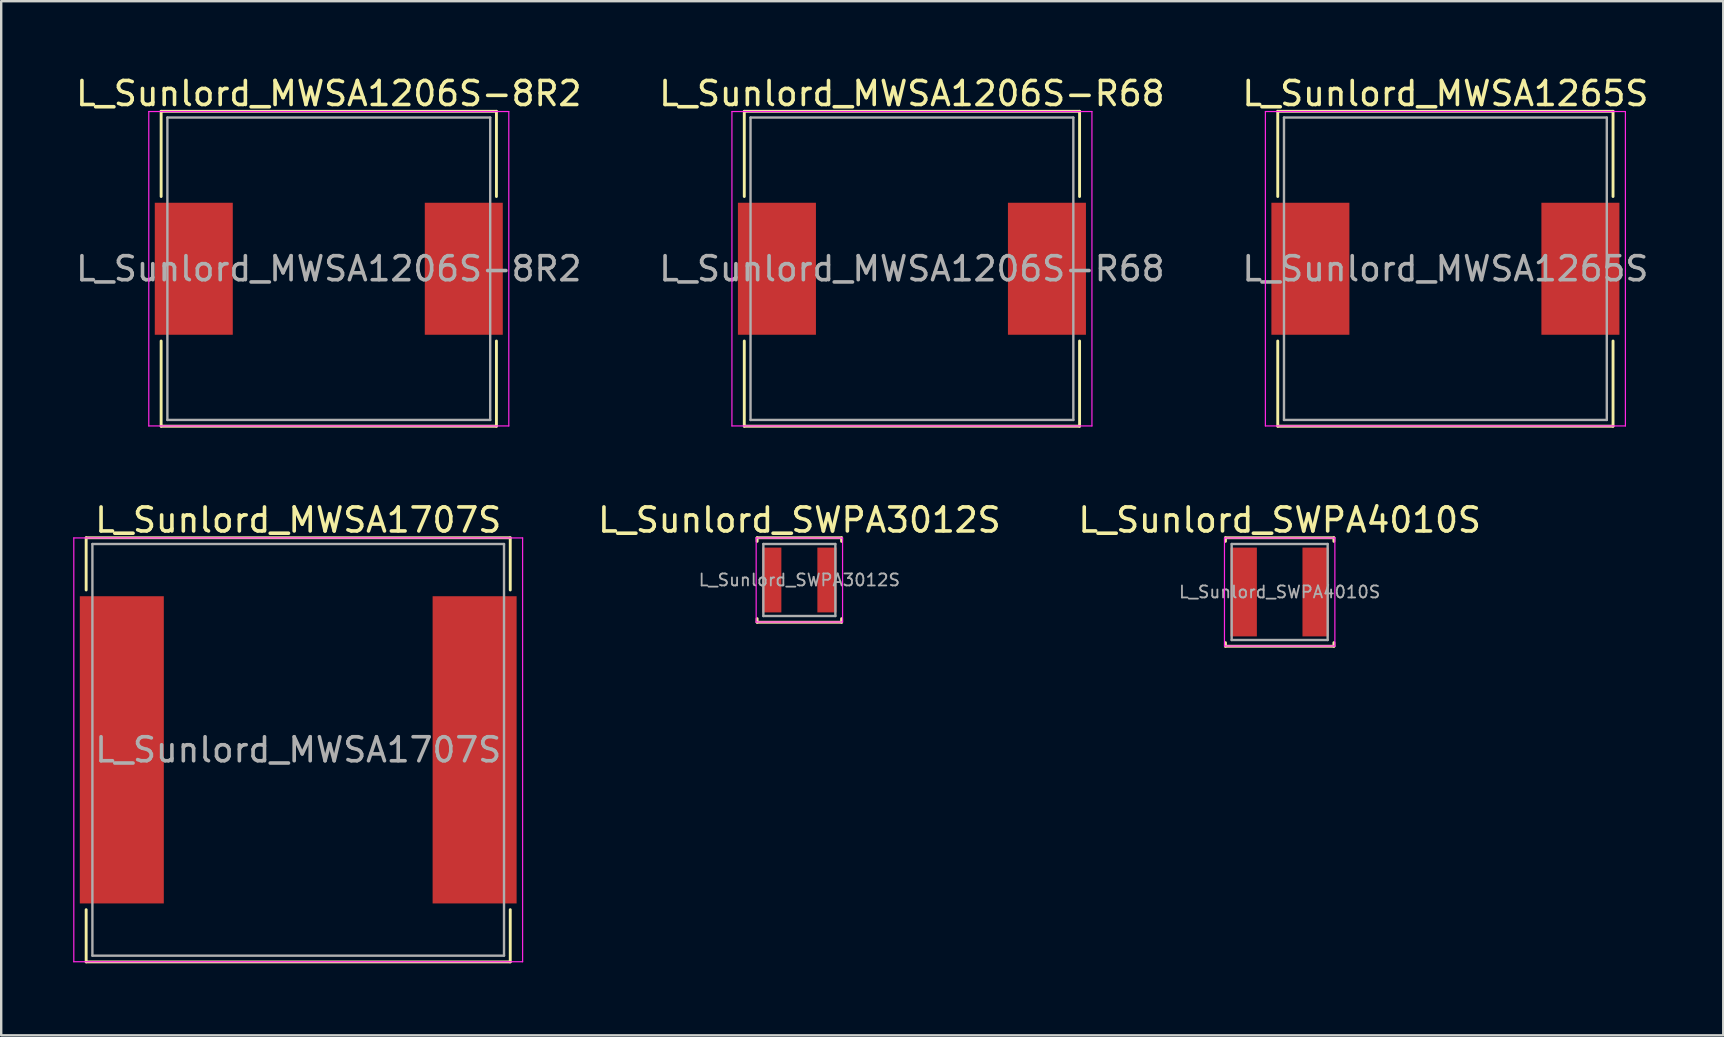
<source format=kicad_pcb>
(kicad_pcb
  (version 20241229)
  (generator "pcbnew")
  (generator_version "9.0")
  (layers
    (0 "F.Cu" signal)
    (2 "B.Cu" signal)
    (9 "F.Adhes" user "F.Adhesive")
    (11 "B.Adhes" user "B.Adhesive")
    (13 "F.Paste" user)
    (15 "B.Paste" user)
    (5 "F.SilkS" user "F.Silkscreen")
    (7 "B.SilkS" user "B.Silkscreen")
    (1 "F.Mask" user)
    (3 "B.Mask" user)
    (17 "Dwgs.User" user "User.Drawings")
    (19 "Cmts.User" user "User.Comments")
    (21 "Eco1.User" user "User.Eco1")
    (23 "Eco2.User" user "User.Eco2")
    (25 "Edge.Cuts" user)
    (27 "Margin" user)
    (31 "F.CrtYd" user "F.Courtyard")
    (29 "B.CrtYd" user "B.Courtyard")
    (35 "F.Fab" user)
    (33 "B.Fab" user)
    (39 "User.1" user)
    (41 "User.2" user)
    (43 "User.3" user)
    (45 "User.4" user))
  (footprint "L_Sunlord_MWSA1206S-R68"
    (layer "F.Cu")
    (at 34.946 8.148)
    (property "Reference" "L_Sunlord_MWSA1206S-R68" (at 0 -7.3 0) (layer "F.SilkS") (effects (font (size 1 1) (thickness 0.15))))
    (attr smd)
    (fp_line (start -6.985 -6.56) (end -6.985 -3.01) (stroke (width 0.12) (type solid)) (layer "F.SilkS"))
    (fp_line (start -6.985 -6.56) (end 6.985 -6.56) (stroke (width 0.12) (type solid)) (layer "F.SilkS"))
    (fp_line (start -6.985 6.56) (end -6.985 3.01) (stroke (width 0.12) (type solid)) (layer "F.SilkS"))
    (fp_line (start -6.985 6.56) (end 6.985 6.56) (stroke (width 0.12) (type solid)) (layer "F.SilkS"))
    (fp_line (start 6.985 -6.56) (end 6.985 -3.01) (stroke (width 0.12) (type solid)) (layer "F.SilkS"))
    (fp_line (start 6.985 6.56) (end 6.985 3.01) (stroke (width 0.12) (type solid)) (layer "F.SilkS"))
    (fp_line (start -7.5 -6.55) (end -7.5 6.55) (stroke (width 0.05) (type solid)) (layer "F.CrtYd"))
    (fp_line (start -7.5 6.55) (end 7.5 6.55) (stroke (width 0.05) (type solid)) (layer "F.CrtYd"))
    (fp_line (start 7.5 -6.55) (end -7.5 -6.55) (stroke (width 0.05) (type solid)) (layer "F.CrtYd"))
    (fp_line (start 7.5 6.55) (end 7.5 -6.55) (stroke (width 0.05) (type solid)) (layer "F.CrtYd"))
    (fp_line (start -6.725 -6.3) (end -6.725 6.3) (stroke (width 0.1) (type solid)) (layer "F.Fab"))
    (fp_line (start -6.725 6.3) (end 6.725 6.3) (stroke (width 0.1) (type solid)) (layer "F.Fab"))
    (fp_line (start 6.725 -6.3) (end -6.725 -6.3) (stroke (width 0.1) (type solid)) (layer "F.Fab"))
    (fp_line (start 6.725 6.3) (end 6.725 -6.3) (stroke (width 0.1) (type solid)) (layer "F.Fab"))
    (fp_text user "${REFERENCE}" (at 0 0 0) (layer "F.Fab") (effects (font (size 1 1) (thickness 0.15))))
    (pad "1" smd rect (at -5.625 0) (size 3.25 5.5) (layers "F.Cu" "F.Mask" "F.Paste"))
    (pad "2" smd rect (at 5.625 0) (size 3.25 5.5) (layers "F.Cu" "F.Mask" "F.Paste")))
  (footprint "L_Sunlord_MWSA1206S-8R2"
    (layer "F.Cu")
    (at 10.649 8.148)
    (property "Reference" "L_Sunlord_MWSA1206S-8R2" (at 0 -7.3 0) (layer "F.SilkS") (effects (font (size 1 1) (thickness 0.15))))
    (attr smd)
    (fp_line (start -6.985 -6.56) (end -6.985 -3.01) (stroke (width 0.12) (type solid)) (layer "F.SilkS"))
    (fp_line (start -6.985 -6.56) (end 6.985 -6.56) (stroke (width 0.12) (type solid)) (layer "F.SilkS"))
    (fp_line (start -6.985 6.56) (end -6.985 3.01) (stroke (width 0.12) (type solid)) (layer "F.SilkS"))
    (fp_line (start -6.985 6.56) (end 6.985 6.56) (stroke (width 0.12) (type solid)) (layer "F.SilkS"))
    (fp_line (start 6.985 -6.56) (end 6.985 -3.01) (stroke (width 0.12) (type solid)) (layer "F.SilkS"))
    (fp_line (start 6.985 6.56) (end 6.985 3.01) (stroke (width 0.12) (type solid)) (layer "F.SilkS"))
    (fp_line (start -7.5 -6.55) (end -7.5 6.55) (stroke (width 0.05) (type solid)) (layer "F.CrtYd"))
    (fp_line (start -7.5 6.55) (end 7.5 6.55) (stroke (width 0.05) (type solid)) (layer "F.CrtYd"))
    (fp_line (start 7.5 -6.55) (end -7.5 -6.55) (stroke (width 0.05) (type solid)) (layer "F.CrtYd"))
    (fp_line (start 7.5 6.55) (end 7.5 -6.55) (stroke (width 0.05) (type solid)) (layer "F.CrtYd"))
    (fp_line (start -6.725 -6.3) (end -6.725 6.3) (stroke (width 0.1) (type solid)) (layer "F.Fab"))
    (fp_line (start -6.725 6.3) (end 6.725 6.3) (stroke (width 0.1) (type solid)) (layer "F.Fab"))
    (fp_line (start 6.725 -6.3) (end -6.725 -6.3) (stroke (width 0.1) (type solid)) (layer "F.Fab"))
    (fp_line (start 6.725 6.3) (end 6.725 -6.3) (stroke (width 0.1) (type solid)) (layer "F.Fab"))
    (fp_text user "${REFERENCE}" (at 0 0 0) (layer "F.Fab") (effects (font (size 1 1) (thickness 0.15))))
    (pad "1" smd rect (at -5.625 0) (size 3.25 5.5) (layers "F.Cu" "F.Mask" "F.Paste"))
    (pad "2" smd rect (at 5.625 0) (size 3.25 5.5) (layers "F.Cu" "F.Mask" "F.Paste")))
  (footprint "L_Sunlord_MWSA1265S"
    (layer "F.Cu")
    (at 57.173 8.148)
    (property "Reference" "L_Sunlord_MWSA1265S" (at 0 -7.3 0) (layer "F.SilkS") (effects (font (size 1 1) (thickness 0.15))))
    (attr smd)
    (fp_line (start -6.985 -6.56) (end -6.985 -3.01) (stroke (width 0.12) (type solid)) (layer "F.SilkS"))
    (fp_line (start -6.985 -6.56) (end 6.985 -6.56) (stroke (width 0.12) (type solid)) (layer "F.SilkS"))
    (fp_line (start -6.985 6.56) (end -6.985 3.01) (stroke (width 0.12) (type solid)) (layer "F.SilkS"))
    (fp_line (start -6.985 6.56) (end 6.985 6.56) (stroke (width 0.12) (type solid)) (layer "F.SilkS"))
    (fp_line (start 6.985 -6.56) (end 6.985 -3.01) (stroke (width 0.12) (type solid)) (layer "F.SilkS"))
    (fp_line (start 6.985 6.56) (end 6.985 3.01) (stroke (width 0.12) (type solid)) (layer "F.SilkS"))
    (fp_line (start -7.5 -6.55) (end -7.5 6.55) (stroke (width 0.05) (type solid)) (layer "F.CrtYd"))
    (fp_line (start -7.5 6.55) (end 7.5 6.55) (stroke (width 0.05) (type solid)) (layer "F.CrtYd"))
    (fp_line (start 7.5 -6.55) (end -7.5 -6.55) (stroke (width 0.05) (type solid)) (layer "F.CrtYd"))
    (fp_line (start 7.5 6.55) (end 7.5 -6.55) (stroke (width 0.05) (type solid)) (layer "F.CrtYd"))
    (fp_line (start -6.725 -6.3) (end -6.725 6.3) (stroke (width 0.1) (type solid)) (layer "F.Fab"))
    (fp_line (start -6.725 6.3) (end 6.725 6.3) (stroke (width 0.1) (type solid)) (layer "F.Fab"))
    (fp_line (start 6.725 -6.3) (end -6.725 -6.3) (stroke (width 0.1) (type solid)) (layer "F.Fab"))
    (fp_line (start 6.725 6.3) (end 6.725 -6.3) (stroke (width 0.1) (type solid)) (layer "F.Fab"))
    (fp_text user "${REFERENCE}" (at 0 0 0) (layer "F.Fab") (effects (font (size 1 1) (thickness 0.15))))
    (pad "1" smd rect (at -5.625 0) (size 3.25 5.5) (layers "F.Cu" "F.Mask" "F.Paste"))
    (pad "2" smd rect (at 5.625 0) (size 3.25 5.5) (layers "F.Cu" "F.Mask" "F.Paste")))
  (footprint "L_Sunlord_SWPA3012S"
    (layer "F.Cu")
    (at 30.256 21.116)
    (property "Reference" "L_Sunlord_SWPA3012S" (at 0 -2.5 0) (layer "F.SilkS") (effects (font (size 1 1) (thickness 0.15))))
    (attr smd)
    (fp_line (start -1.76 -1.76) (end -1.76 -1.61) (stroke (width 0.12) (type solid)) (layer "F.SilkS"))
    (fp_line (start -1.76 -1.76) (end 1.76 -1.76) (stroke (width 0.12) (type solid)) (layer "F.SilkS"))
    (fp_line (start -1.76 1.76) (end -1.76 1.61) (stroke (width 0.12) (type solid)) (layer "F.SilkS"))
    (fp_line (start -1.76 1.76) (end 1.76 1.76) (stroke (width 0.12) (type solid)) (layer "F.SilkS"))
    (fp_line (start 1.76 -1.76) (end 1.76 -1.61) (stroke (width 0.12) (type solid)) (layer "F.SilkS"))
    (fp_line (start 1.76 1.76) (end 1.76 1.61) (stroke (width 0.12) (type solid)) (layer "F.SilkS"))
    (fp_line (start -1.8 -1.75) (end -1.8 1.75) (stroke (width 0.05) (type solid)) (layer "F.CrtYd"))
    (fp_line (start -1.8 1.75) (end 1.8 1.75) (stroke (width 0.05) (type solid)) (layer "F.CrtYd"))
    (fp_line (start 1.8 -1.75) (end -1.8 -1.75) (stroke (width 0.05) (type solid)) (layer "F.CrtYd"))
    (fp_line (start 1.8 1.75) (end 1.8 -1.75) (stroke (width 0.05) (type solid)) (layer "F.CrtYd"))
    (fp_line (start -1.5 -1.5) (end -1.5 1.5) (stroke (width 0.1) (type solid)) (layer "F.Fab"))
    (fp_line (start -1.5 1.5) (end 1.5 1.5) (stroke (width 0.1) (type solid)) (layer "F.Fab"))
    (fp_line (start 1.5 -1.5) (end -1.5 -1.5) (stroke (width 0.1) (type solid)) (layer "F.Fab"))
    (fp_line (start 1.5 1.5) (end 1.5 -1.5) (stroke (width 0.1) (type solid)) (layer "F.Fab"))
    (fp_text user "${REFERENCE}" (at 0 0 0) (layer "F.Fab") (effects (font (size 0.5 0.5) (thickness 0.075))))
    (pad "1" smd rect (at -1.15 0) (size 0.8 2.7) (layers "F.Cu" "F.Mask" "F.Paste"))
    (pad "2" smd rect (at 1.15 0) (size 0.8 2.7) (layers "F.Cu" "F.Mask" "F.Paste")))
  (footprint "L_Sunlord_MWSA1707S"
    (layer "F.Cu")
    (at 9.375 28.192)
    (property "Reference" "L_Sunlord_MWSA1707S" (at 0 -9.575 0) (layer "F.SilkS") (effects (font (size 1 1) (thickness 0.15))))
    (attr smd)
    (fp_line (start -8.835 -8.835) (end -8.835 -6.66) (stroke (width 0.12) (type solid)) (layer "F.SilkS"))
    (fp_line (start -8.835 -8.835) (end 8.835 -8.835) (stroke (width 0.12) (type solid)) (layer "F.SilkS"))
    (fp_line (start -8.835 8.835) (end -8.835 6.66) (stroke (width 0.12) (type solid)) (layer "F.SilkS"))
    (fp_line (start -8.835 8.835) (end 8.835 8.835) (stroke (width 0.12) (type solid)) (layer "F.SilkS"))
    (fp_line (start 8.835 -8.835) (end 8.835 -6.66) (stroke (width 0.12) (type solid)) (layer "F.SilkS"))
    (fp_line (start 8.835 8.835) (end 8.835 6.66) (stroke (width 0.12) (type solid)) (layer "F.SilkS"))
    (fp_line (start -9.35 -8.83) (end -9.35 8.83) (stroke (width 0.05) (type solid)) (layer "F.CrtYd"))
    (fp_line (start -9.35 8.83) (end 9.35 8.83) (stroke (width 0.05) (type solid)) (layer "F.CrtYd"))
    (fp_line (start 9.35 -8.83) (end -9.35 -8.83) (stroke (width 0.05) (type solid)) (layer "F.CrtYd"))
    (fp_line (start 9.35 8.83) (end 9.35 -8.83) (stroke (width 0.05) (type solid)) (layer "F.CrtYd"))
    (fp_line (start -8.575 -8.575) (end -8.575 8.575) (stroke (width 0.1) (type solid)) (layer "F.Fab"))
    (fp_line (start -8.575 8.575) (end 8.575 8.575) (stroke (width 0.1) (type solid)) (layer "F.Fab"))
    (fp_line (start 8.575 -8.575) (end -8.575 -8.575) (stroke (width 0.1) (type solid)) (layer "F.Fab"))
    (fp_line (start 8.575 8.575) (end 8.575 -8.575) (stroke (width 0.1) (type solid)) (layer "F.Fab"))
    (fp_text user "${REFERENCE}" (at 0 0 0) (layer "F.Fab") (effects (font (size 1 1) (thickness 0.15))))
    (pad "1" smd rect (at -7.35 0) (size 3.5 12.8) (layers "F.Cu" "F.Mask" "F.Paste"))
    (pad "2" smd rect (at 7.35 0) (size 3.5 12.8) (layers "F.Cu" "F.Mask" "F.Paste")))
  (footprint "L_Sunlord_SWPA4010S"
    (layer "F.Cu")
    (at 50.268 21.616)
    (property "Reference" "L_Sunlord_SWPA4010S" (at 0 -3 0) (layer "F.SilkS") (effects (font (size 1 1) (thickness 0.15))))
    (attr smd)
    (fp_line (start -2.26 -2.26) (end -2.26 -2.11) (stroke (width 0.12) (type solid)) (layer "F.SilkS"))
    (fp_line (start -2.26 -2.26) (end 2.26 -2.26) (stroke (width 0.12) (type solid)) (layer "F.SilkS"))
    (fp_line (start -2.26 2.26) (end -2.26 2.11) (stroke (width 0.12) (type solid)) (layer "F.SilkS"))
    (fp_line (start -2.26 2.26) (end 2.26 2.26) (stroke (width 0.12) (type solid)) (layer "F.SilkS"))
    (fp_line (start 2.26 -2.26) (end 2.26 -2.11) (stroke (width 0.12) (type solid)) (layer "F.SilkS"))
    (fp_line (start 2.26 2.26) (end 2.26 2.11) (stroke (width 0.12) (type solid)) (layer "F.SilkS"))
    (fp_line (start -2.3 -2.25) (end -2.3 2.25) (stroke (width 0.05) (type solid)) (layer "F.CrtYd"))
    (fp_line (start -2.3 2.25) (end 2.3 2.25) (stroke (width 0.05) (type solid)) (layer "F.CrtYd"))
    (fp_line (start 2.3 -2.25) (end -2.3 -2.25) (stroke (width 0.05) (type solid)) (layer "F.CrtYd"))
    (fp_line (start 2.3 2.25) (end 2.3 -2.25) (stroke (width 0.05) (type solid)) (layer "F.CrtYd"))
    (fp_line (start -2 -2) (end -2 2) (stroke (width 0.1) (type solid)) (layer "F.Fab"))
    (fp_line (start -2 2) (end 2 2) (stroke (width 0.1) (type solid)) (layer "F.Fab"))
    (fp_line (start 2 -2) (end -2 -2) (stroke (width 0.1) (type solid)) (layer "F.Fab"))
    (fp_line (start 2 2) (end 2 -2) (stroke (width 0.1) (type solid)) (layer "F.Fab"))
    (fp_text user "${REFERENCE}" (at 0 0 0) (layer "F.Fab") (effects (font (size 0.5 0.5) (thickness 0.075))))
    (pad "1" smd rect (at -1.5 0) (size 1.1 3.7) (layers "F.Cu" "F.Mask" "F.Paste"))
    (pad "2" smd rect (at 1.5 0) (size 1.1 3.7) (layers "F.Cu" "F.Mask" "F.Paste")))
  (gr_rect
    (start -3 -3)
    (end 68.75 40.087)
    (stroke (width 0.1) (type default))
    (fill no)
    (layer "Edge.Cuts")))
</source>
